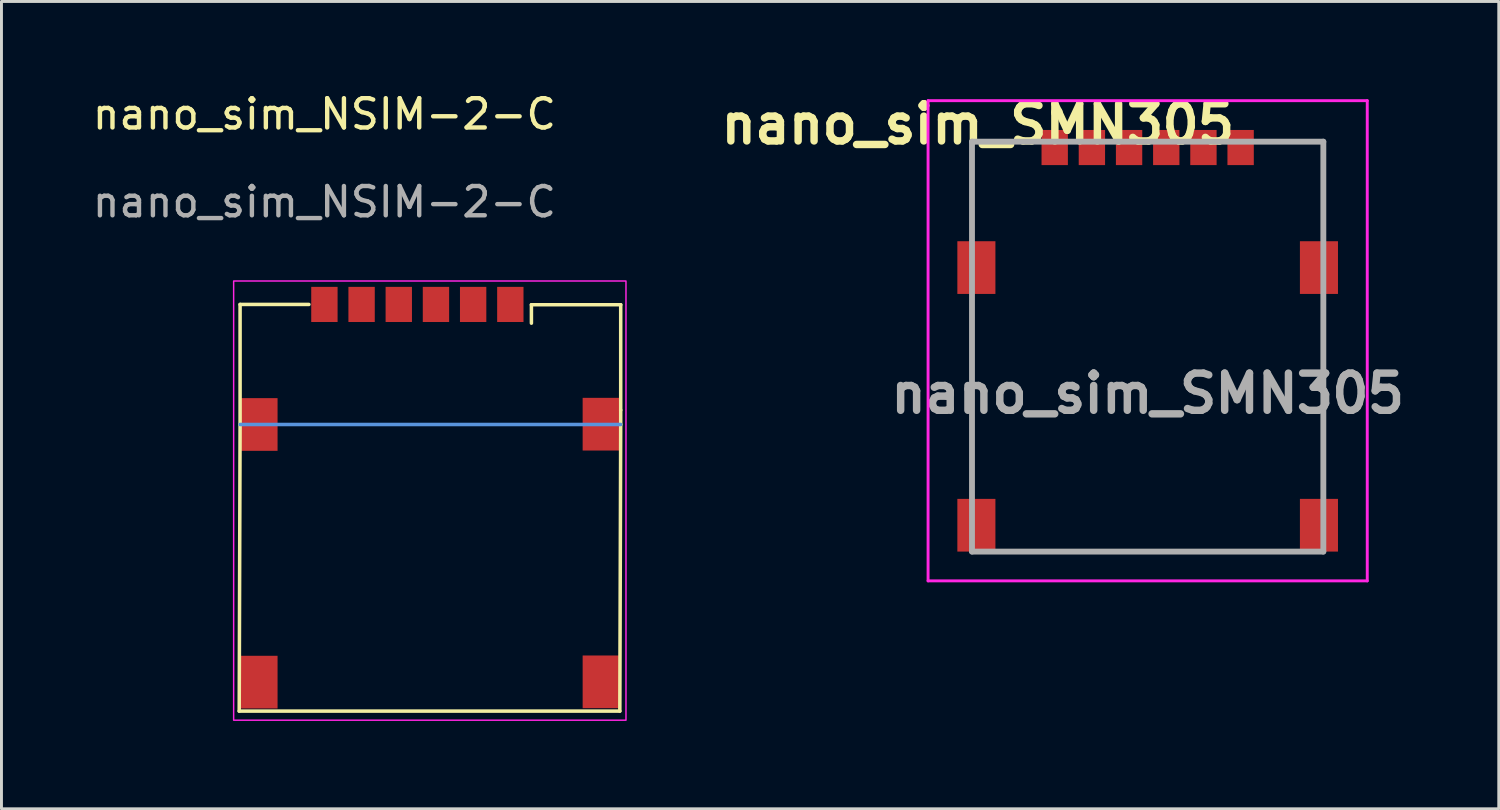
<source format=kicad_pcb>
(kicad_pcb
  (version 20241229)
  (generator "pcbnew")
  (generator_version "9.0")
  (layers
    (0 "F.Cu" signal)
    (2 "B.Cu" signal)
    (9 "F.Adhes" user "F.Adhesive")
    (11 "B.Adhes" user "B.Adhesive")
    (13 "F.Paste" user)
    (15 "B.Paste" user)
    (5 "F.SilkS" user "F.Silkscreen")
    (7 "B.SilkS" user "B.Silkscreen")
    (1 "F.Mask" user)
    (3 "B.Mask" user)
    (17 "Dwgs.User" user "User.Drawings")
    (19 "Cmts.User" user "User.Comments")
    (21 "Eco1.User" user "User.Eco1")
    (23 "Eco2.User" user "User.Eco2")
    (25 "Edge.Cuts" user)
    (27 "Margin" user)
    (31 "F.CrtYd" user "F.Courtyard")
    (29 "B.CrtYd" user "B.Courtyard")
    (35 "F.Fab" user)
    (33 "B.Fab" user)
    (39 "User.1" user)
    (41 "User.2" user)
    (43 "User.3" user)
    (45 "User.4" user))
  (footprint "nano_sim_SMN305"
    (layer "F.Cu")
    (at 36.148 8.589)
    (property "Reference" "nano_sim_SMN305" (at -5.8 -7.4 0) (layer "F.SilkS") (effects (font (size 1.27 1.27) (thickness 0.254))))
    (attr smd)
    (fp_line (start -6 -6.8) (end -6 -4) (stroke (width 0.1) (type solid)) (layer "F.SilkS"))
    (fp_line (start -6 -1) (end -6 5) (stroke (width 0.1) (type solid)) (layer "F.SilkS"))
    (fp_line (start -4.5 7.2) (end 4.5 7.2) (stroke (width 0.1) (type solid)) (layer "F.SilkS"))
    (fp_line (start -4 -6.8) (end -6 -6.8) (stroke (width 0.1) (type solid)) (layer "F.SilkS"))
    (fp_line (start -3.1 -7.9) (end -3.1 -7.9) (stroke (width 0.2) (type solid)) (layer "F.SilkS"))
    (fp_line (start -3.1 -7.7) (end -3.1 -7.7) (stroke (width 0.2) (type solid)) (layer "F.SilkS"))
    (fp_line (start 6 -6.8) (end 4.5 -6.8) (stroke (width 0.1) (type solid)) (layer "F.SilkS"))
    (fp_line (start 6 -4) (end 6 -6.8) (stroke (width 0.1) (type solid)) (layer "F.SilkS"))
    (fp_line (start 6 5) (end 6 -1) (stroke (width 0.1) (type solid)) (layer "F.SilkS"))
    (fp_arc (start -3.1 -7.9) (mid -3 -7.8) (end -3.1 -7.7) (stroke (width 0.2) (type solid)) (layer "F.SilkS"))
    (fp_arc (start -3.1 -7.7) (mid -3.2 -7.8) (end -3.1 -7.9) (stroke (width 0.2) (type solid)) (layer "F.SilkS"))
    (fp_line (start -7.5 -8.2) (end 7.5 -8.2) (stroke (width 0.1) (type solid)) (layer "F.CrtYd"))
    (fp_line (start -7.5 8.2) (end -7.5 -8.2) (stroke (width 0.1) (type solid)) (layer "F.CrtYd"))
    (fp_line (start 7.5 -8.2) (end 7.5 8.2) (stroke (width 0.1) (type solid)) (layer "F.CrtYd"))
    (fp_line (start 7.5 8.2) (end -7.5 8.2) (stroke (width 0.1) (type solid)) (layer "F.CrtYd"))
    (fp_line (start -6 -6.8) (end 6 -6.8) (stroke (width 0.2) (type solid)) (layer "F.Fab"))
    (fp_line (start -6 7.2) (end -6 -6.8) (stroke (width 0.2) (type solid)) (layer "F.Fab"))
    (fp_line (start 6 -6.8) (end 6 7.2) (stroke (width 0.2) (type solid)) (layer "F.Fab"))
    (fp_line (start 6 7.2) (end -6 7.2) (stroke (width 0.2) (type solid)) (layer "F.Fab"))
    (fp_text user "${REFERENCE}" (at 0 1.8 0) (layer "F.Fab") (effects (font (size 1.27 1.27) (thickness 0.254))))
    (pad "C1" smd rect (at -3.175 -6.6) (size 0.9 1.2) (layers "F.Cu" "F.Mask" "F.Paste"))
    (pad "C2" smd rect (at -0.635 -6.6) (size 0.9 1.2) (layers "F.Cu" "F.Mask" "F.Paste"))
    (pad "C3" smd rect (at 1.905 -6.6) (size 0.9 1.2) (layers "F.Cu" "F.Mask" "F.Paste"))
    (pad "C5" smd rect (at -1.905 -6.6) (size 0.9 1.2) (layers "F.Cu" "F.Mask" "F.Paste"))
    (pad "C6" smd rect (at 0.635 -6.6) (size 0.9 1.2) (layers "F.Cu" "F.Mask" "F.Paste"))
    (pad "C7" smd rect (at 3.175 -6.6) (size 0.9 1.2) (layers "F.Cu" "F.Mask" "F.Paste"))
    (pad "MP1" smd rect (at -5.85 -2.5) (size 1.3 1.8) (layers "F.Cu" "F.Mask" "F.Paste"))
    (pad "MP2" smd rect (at -5.85 6.3) (size 1.3 1.8) (layers "F.Cu" "F.Mask" "F.Paste"))
    (pad "MP3" smd rect (at 5.85 6.3) (size 1.3 1.8) (layers "F.Cu" "F.Mask" "F.Paste"))
    (pad "MP4" smd rect (at 5.85 -2.5) (size 1.3 1.8) (layers "F.Cu" "F.Mask" "F.Paste")))
  (footprint "nano_sim_NSIM-2-C"
    (layer "F.Cu")
    (at 8.03 7.348)
    (property "Reference" "nano_sim_NSIM-2-C" (at 0 -6.5 0) (unlocked yes) (layer "F.SilkS") (effects (font (size 1 1) (thickness 0.15))))
    (attr smd)
    (fp_line (start -2.91 13.89) (end 10.09 13.89) (stroke (width 0.12) (type default)) (layer "F.SilkS"))
    (fp_line (start -2.88 0) (end -2.88 4.1) (stroke (width 0.12) (type default)) (layer "F.SilkS"))
    (fp_line (start -2.88 4.1) (end -2.91 13.89) (stroke (width 0.12) (type default)) (layer "F.SilkS"))
    (fp_line (start -0.53 0) (end -2.88 0) (stroke (width 0.12) (type default)) (layer "F.SilkS"))
    (fp_line (start 7.07 0.01) (end 7.07 0.64) (stroke (width 0.12) (type default)) (layer "F.SilkS"))
    (fp_line (start 10.12 0.01) (end 7.07 0.01) (stroke (width 0.12) (type default)) (layer "F.SilkS"))
    (fp_line (start 10.12 3.61) (end 10.12 0.01) (stroke (width 0.12) (type default)) (layer "F.SilkS"))
    (fp_line (start 10.12 4.1) (end 10.09 13.89) (stroke (width 0.12) (type default)) (layer "F.SilkS"))
    (fp_line (start 10.12 4.1) (end 10.12 3.61) (stroke (width 0.12) (type default)) (layer "F.SilkS"))
    (fp_line (start -2.88 4.1) (end 10.12 4.1) (stroke (width 0.12) (type default)) (layer "Cmts.User"))
    (fp_rect (start -3.1 -0.8) (end 10.3 14.2) (stroke (width 0.05) (type default)) (fill no) (layer "F.CrtYd"))
    (fp_text user "${REFERENCE}" (at 0 -3.5 0) (unlocked yes) (layer "F.Fab") (effects (font (size 1 1) (thickness 0.15))))
    (pad "" smd rect (at 0.9 11.27) (size 2.4 3.7) (layers "F.Paste"))
    (pad "" smd rect (at 0.93 4.09) (size 1.3 3.7) (layers "F.Paste"))
    (pad "" smd rect (at 3.59 11.27) (size 1.3 3.7) (layers "F.Paste"))
    (pad "" smd rect (at 3.62 4.09) (size 1.3 3.7) (layers "F.Paste"))
    (pad "" smd rect (at 6.37 4.09) (size 1.3 3.7) (layers "F.Paste"))
    (pad "" smd rect (at 6.4 11.27) (size 1.3 3.7) (layers "F.Paste"))
    (pad "C1" smd rect (at 0 0) (size 0.9 1.2) (layers "F.Cu" "F.Mask" "F.Paste"))
    (pad "C2" smd rect (at 2.54 0) (size 0.9 1.2) (layers "F.Cu" "F.Mask" "F.Paste"))
    (pad "C3" smd rect (at 5.08 0) (size 0.9 1.2) (layers "F.Cu" "F.Mask" "F.Paste"))
    (pad "C5" smd rect (at 1.27 0) (size 0.9 1.2) (layers "F.Cu" "F.Mask" "F.Paste"))
    (pad "C6" smd rect (at 3.81 0) (size 0.9 1.2) (layers "F.Cu" "F.Mask" "F.Paste"))
    (pad "C7" smd rect (at 6.35 0) (size 0.9 1.2) (layers "F.Cu" "F.Mask" "F.Paste"))
    (pad "MP1" smd rect (at -2.25 4.1) (size 1.3 1.8) (layers "F.Cu" "F.Mask" "F.Paste"))
    (pad "MP1" smd rect (at -2.25 12.9) (size 1.3 1.8) (layers "F.Cu" "F.Mask" "F.Paste"))
    (pad "MP1" smd rect (at 9.47 4.09) (size 1.3 1.8) (layers "F.Cu" "F.Mask" "F.Paste"))
    (pad "MP1" smd rect (at 9.47 12.89) (size 1.3 1.8) (layers "F.Cu" "F.Mask" "F.Paste"))
    (zone (net_name "") (layer "F.Cu") (hatch full 0.5) (connect_pads) (min_thickness 0.25) (filled_areas_thickness no) (keepout (tracks not_allowed) (vias not_allowed) (pads allowed) (copperpour not_allowed) (footprints allowed)) (placement (enabled no)) (fill) (polygon (pts (xy 7.71 16.758) (xy 10.16 16.758) (xy 10.16 20.478) (xy 7.71 20.498))))
    (zone (net_name "") (layer "F.Cu") (hatch full 0.5) (connect_pads) (min_thickness 0.25) (filled_areas_thickness no) (keepout (tracks not_allowed) (vias not_allowed) (pads allowed) (copperpour not_allowed) (footprints allowed)) (placement (enabled no)) (fill) (polygon (pts (xy 8.3 9.578) (xy 9.62 9.578) (xy 9.62 13.298) (xy 8.3 13.298))))
    (zone (net_name "") (layer "F.Cu") (hatch full 0.5) (connect_pads) (min_thickness 0.25) (filled_areas_thickness no) (keepout (tracks not_allowed) (vias not_allowed) (pads allowed) (copperpour not_allowed) (footprints allowed)) (placement (enabled no)) (fill) (polygon (pts (xy 10.96 16.758) (xy 12.28 16.758) (xy 12.28 20.478) (xy 10.96 20.478))))
    (zone (net_name "") (layer "F.Cu") (hatch full 0.5) (connect_pads) (min_thickness 0.25) (filled_areas_thickness no) (keepout (tracks not_allowed) (vias not_allowed) (pads allowed) (copperpour not_allowed) (footprints allowed)) (placement (enabled no)) (fill) (polygon (pts (xy 10.99 9.578) (xy 12.31 9.578) (xy 12.31 13.298) (xy 10.99 13.298))))
    (zone (net_name "") (layer "F.Cu") (hatch full 0.5) (connect_pads) (min_thickness 0.25) (filled_areas_thickness no) (keepout (tracks not_allowed) (vias not_allowed) (pads allowed) (copperpour not_allowed) (footprints allowed)) (placement (enabled no)) (fill) (polygon (pts (xy 13.75 9.578) (xy 15.07 9.578) (xy 15.07 13.298) (xy 13.75 13.298))))
    (zone (net_name "") (layer "F.Cu") (hatch full 0.5) (connect_pads) (min_thickness 0.25) (filled_areas_thickness no) (keepout (tracks not_allowed) (vias not_allowed) (pads allowed) (copperpour not_allowed) (footprints allowed)) (placement (enabled no)) (fill) (polygon (pts (xy 13.75 16.758) (xy 15.07 16.758) (xy 15.07 20.478) (xy 13.75 20.478)))))
  (gr_rect
    (start -3 -3)
    (end 48.14 24.573)
    (stroke (width 0.1) (type default))
    (fill no)
    (layer "Edge.Cuts")))
</source>
